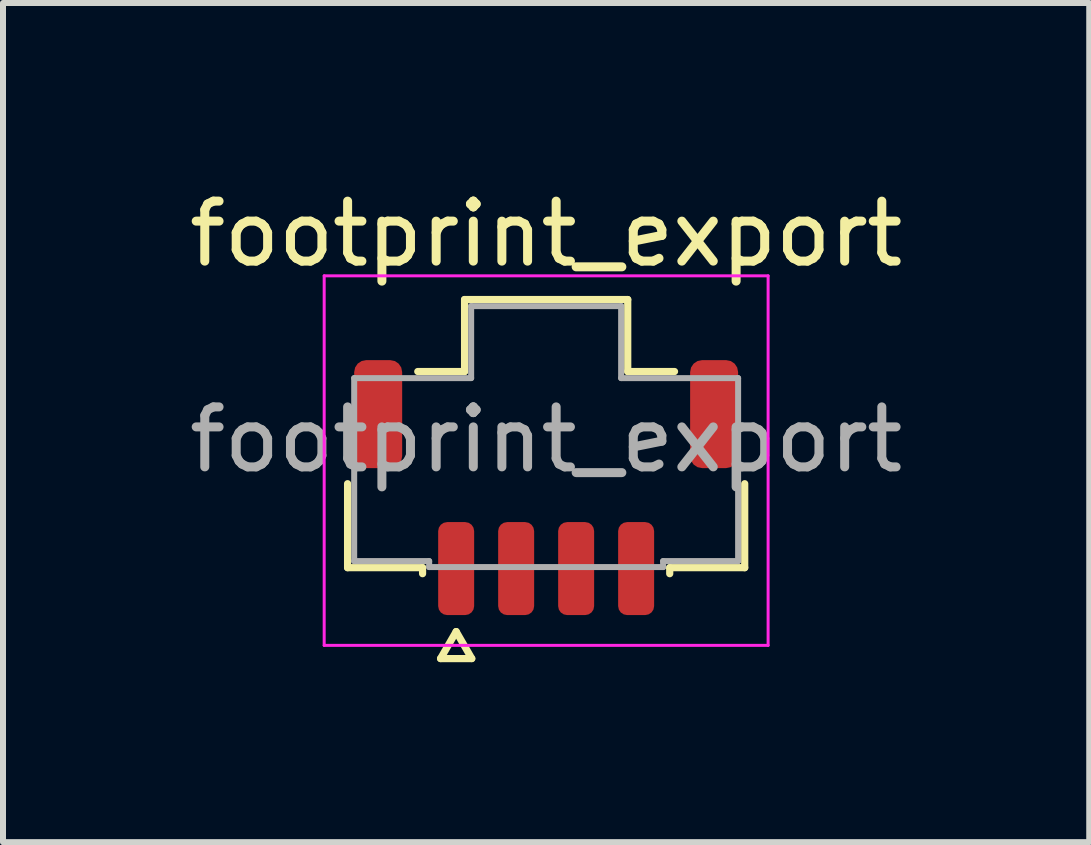
<source format=kicad_pcb>
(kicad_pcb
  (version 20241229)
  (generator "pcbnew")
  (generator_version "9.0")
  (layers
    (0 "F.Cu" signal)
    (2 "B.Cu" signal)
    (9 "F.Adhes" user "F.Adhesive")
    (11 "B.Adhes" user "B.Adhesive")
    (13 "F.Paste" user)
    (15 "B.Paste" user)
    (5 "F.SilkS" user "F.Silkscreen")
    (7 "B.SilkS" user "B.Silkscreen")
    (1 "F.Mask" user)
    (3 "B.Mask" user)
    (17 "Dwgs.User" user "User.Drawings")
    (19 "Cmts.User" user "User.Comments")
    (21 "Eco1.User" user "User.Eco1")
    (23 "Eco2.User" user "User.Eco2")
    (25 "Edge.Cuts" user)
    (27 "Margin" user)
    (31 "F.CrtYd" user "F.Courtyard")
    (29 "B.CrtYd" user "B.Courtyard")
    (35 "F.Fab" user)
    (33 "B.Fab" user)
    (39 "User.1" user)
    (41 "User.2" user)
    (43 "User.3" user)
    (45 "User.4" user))
  (footprint "footprint_export"
    (layer "F.Cu")
    (at 6.054 4.278)
    (property "Reference" "footprint_export" (at 0 -3.43 0) (layer "F.SilkS") (effects (font (size 1 1) (thickness 0.15))))
    (attr smd)
    (fp_line (start -3.31 2.135) (end -3.31 0.735) (stroke (width 0.12) (type solid)) (layer "F.SilkS"))
    (fp_line (start -2.14 -1.135) (end -1.36 -1.135) (stroke (width 0.12) (type solid)) (layer "F.SilkS"))
    (fp_line (start -2.06 2.135) (end -3.31 2.135) (stroke (width 0.12) (type solid)) (layer "F.SilkS"))
    (fp_line (start -2.06 2.235) (end -2.06 2.135) (stroke (width 0.12) (type solid)) (layer "F.SilkS"))
    (fp_line (start -1.76 3.65) (end -1.5 3.2) (stroke (width 0.12) (type solid)) (layer "F.SilkS"))
    (fp_line (start -1.5 3.2) (end -1.24 3.65) (stroke (width 0.12) (type solid)) (layer "F.SilkS"))
    (fp_line (start -1.36 -2.335) (end 1.36 -2.335) (stroke (width 0.12) (type solid)) (layer "F.SilkS"))
    (fp_line (start -1.36 -1.135) (end -1.36 -2.335) (stroke (width 0.12) (type solid)) (layer "F.SilkS"))
    (fp_line (start -1.24 3.65) (end -1.76 3.65) (stroke (width 0.12) (type solid)) (layer "F.SilkS"))
    (fp_line (start 1.36 -2.335) (end 1.36 -1.135) (stroke (width 0.12) (type solid)) (layer "F.SilkS"))
    (fp_line (start 1.36 -1.135) (end 2.14 -1.135) (stroke (width 0.12) (type solid)) (layer "F.SilkS"))
    (fp_line (start 2.06 2.135) (end 2.06 2.235) (stroke (width 0.12) (type solid)) (layer "F.SilkS"))
    (fp_line (start 3.31 0.735) (end 3.31 2.135) (stroke (width 0.12) (type solid)) (layer "F.SilkS"))
    (fp_line (start 3.31 2.135) (end 2.06 2.135) (stroke (width 0.12) (type solid)) (layer "F.SilkS"))
    (fp_line (start -3.7 -2.73) (end -3.7 3.43) (stroke (width 0.05) (type solid)) (layer "F.CrtYd"))
    (fp_line (start -3.7 3.43) (end 3.7 3.43) (stroke (width 0.05) (type solid)) (layer "F.CrtYd"))
    (fp_line (start 3.7 -2.73) (end -3.7 -2.73) (stroke (width 0.05) (type solid)) (layer "F.CrtYd"))
    (fp_line (start 3.7 3.43) (end 3.7 -2.73) (stroke (width 0.05) (type solid)) (layer "F.CrtYd"))
    (fp_line (start -3.2 -1.025) (end -1.25 -1.025) (stroke (width 0.1) (type solid)) (layer "F.Fab"))
    (fp_line (start -3.2 2.025) (end -3.2 -1.025) (stroke (width 0.1) (type solid)) (layer "F.Fab"))
    (fp_line (start -1.95 2.025) (end -3.2 2.025) (stroke (width 0.1) (type solid)) (layer "F.Fab"))
    (fp_line (start -1.95 2.125) (end -1.95 2.025) (stroke (width 0.1) (type solid)) (layer "F.Fab"))
    (fp_line (start -1.25 -2.225) (end 1.25 -2.225) (stroke (width 0.1) (type solid)) (layer "F.Fab"))
    (fp_line (start -1.25 -1.025) (end -1.25 -2.225) (stroke (width 0.1) (type solid)) (layer "F.Fab"))
    (fp_line (start 1.25 -2.225) (end 1.25 -1.025) (stroke (width 0.1) (type solid)) (layer "F.Fab"))
    (fp_line (start 1.25 -1.025) (end 3.2 -1.025) (stroke (width 0.1) (type solid)) (layer "F.Fab"))
    (fp_line (start 1.95 2.025) (end 1.95 2.125) (stroke (width 0.1) (type solid)) (layer "F.Fab"))
    (fp_line (start 1.95 2.125) (end -1.95 2.125) (stroke (width 0.1) (type solid)) (layer "F.Fab"))
    (fp_line (start 3.2 -1.025) (end 3.2 2.025) (stroke (width 0.1) (type solid)) (layer "F.Fab"))
    (fp_line (start 3.2 2.025) (end 1.95 2.025) (stroke (width 0.1) (type solid)) (layer "F.Fab"))
    (fp_text user "${REFERENCE}" (at 0 0 0) (layer "F.Fab") (effects (font (size 1 1) (thickness 0.15))))
    (pad "1" smd roundrect (at -1.5 2.15) (size 0.6 1.55) (layers "F.Cu" "F.Mask" "F.Paste") (roundrect_rratio 0.25))
    (pad "2" smd roundrect (at -0.5 2.15) (size 0.6 1.55) (layers "F.Cu" "F.Mask" "F.Paste") (roundrect_rratio 0.25))
    (pad "3" smd roundrect (at 0.5 2.15) (size 0.6 1.55) (layers "F.Cu" "F.Mask" "F.Paste") (roundrect_rratio 0.25))
    (pad "4" smd roundrect (at 1.5 2.15) (size 0.6 1.55) (layers "F.Cu" "F.Mask" "F.Paste") (roundrect_rratio 0.25))
    (pad "MP" smd roundrect (at -2.8 -0.425) (size 0.8 1.8) (layers "F.Cu" "F.Mask" "F.Paste") (roundrect_rratio 0.25))
    (pad "MP" smd roundrect (at 2.8 -0.425) (size 0.8 1.8) (layers "F.Cu" "F.Mask" "F.Paste") (roundrect_rratio 0.25)))
  (gr_rect
    (start -3 -3)
    (end 15.107 10.988)
    (stroke (width 0.1) (type default))
    (fill no)
    (layer "Edge.Cuts")))
</source>
